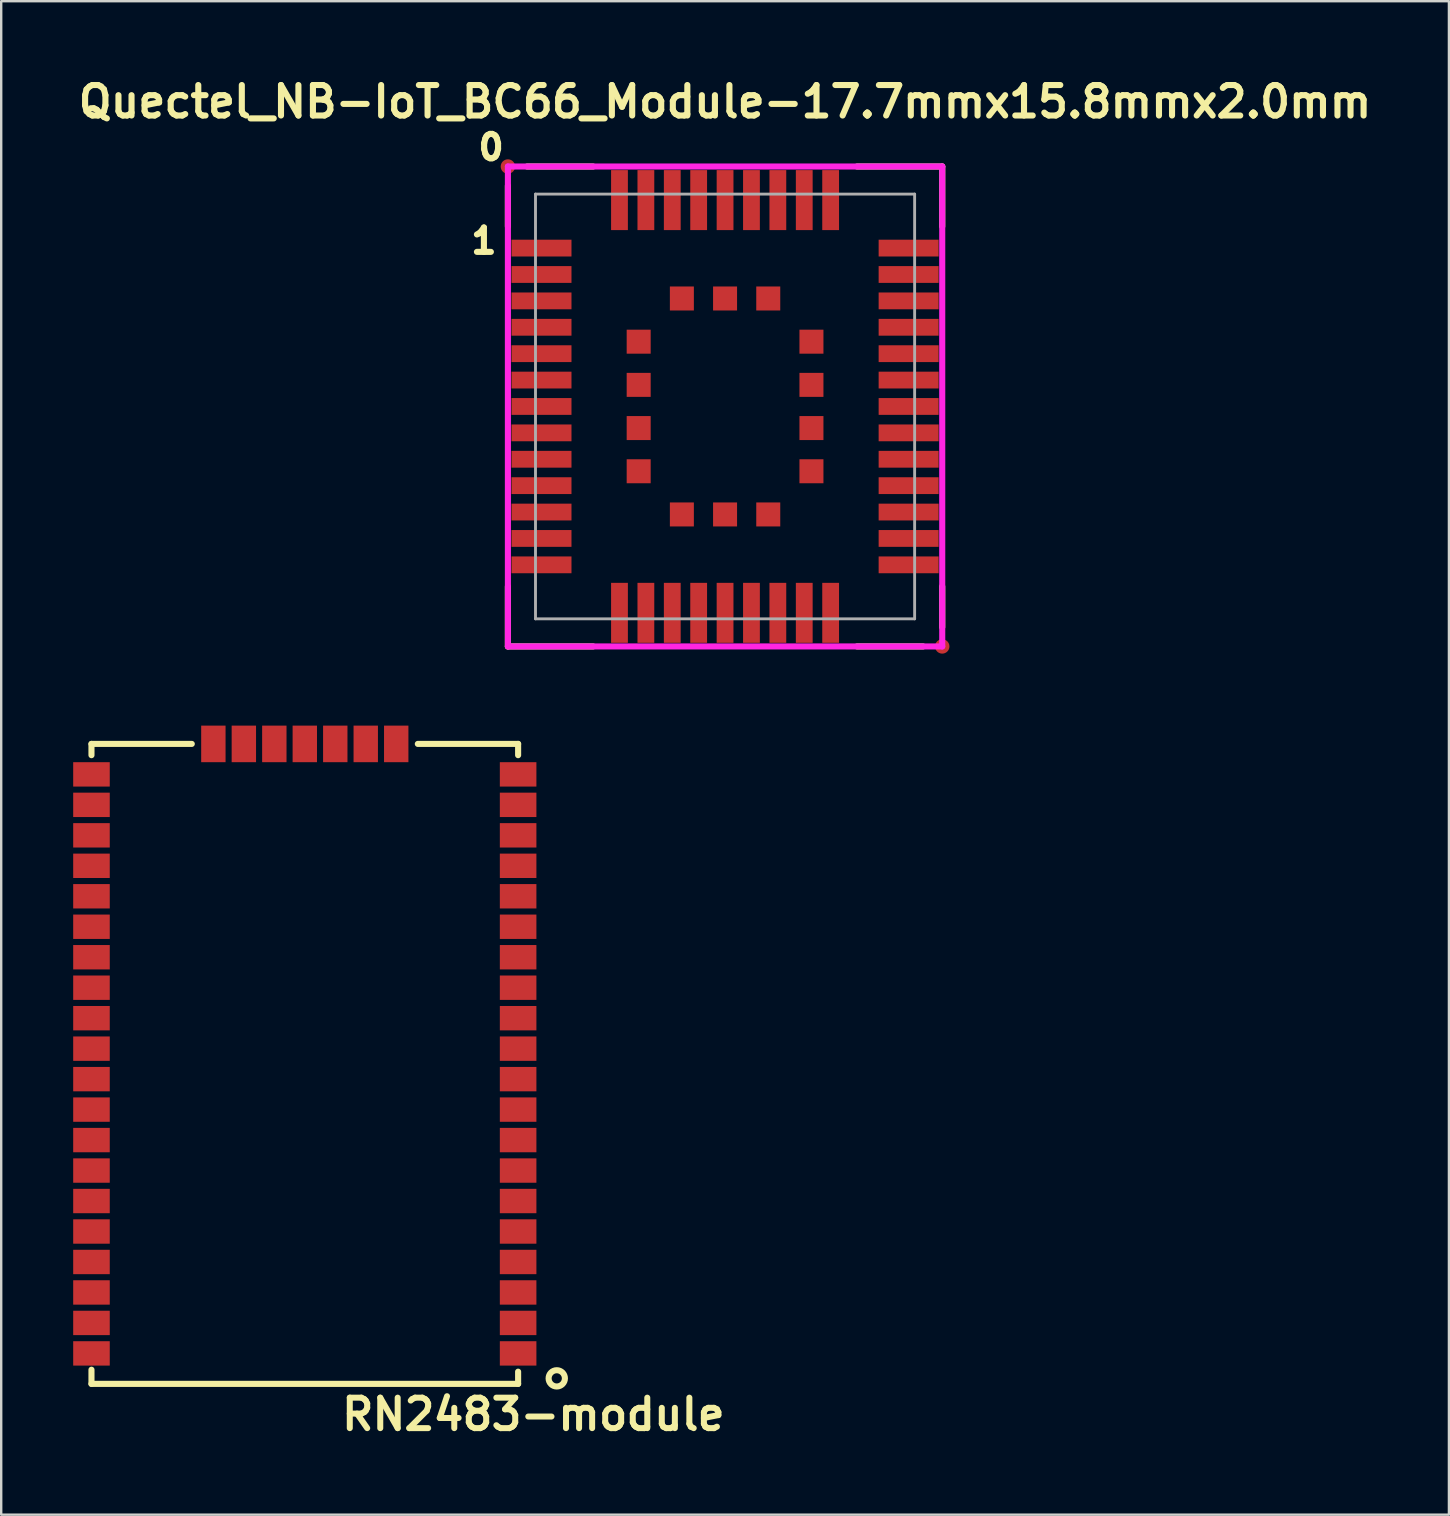
<source format=kicad_pcb>
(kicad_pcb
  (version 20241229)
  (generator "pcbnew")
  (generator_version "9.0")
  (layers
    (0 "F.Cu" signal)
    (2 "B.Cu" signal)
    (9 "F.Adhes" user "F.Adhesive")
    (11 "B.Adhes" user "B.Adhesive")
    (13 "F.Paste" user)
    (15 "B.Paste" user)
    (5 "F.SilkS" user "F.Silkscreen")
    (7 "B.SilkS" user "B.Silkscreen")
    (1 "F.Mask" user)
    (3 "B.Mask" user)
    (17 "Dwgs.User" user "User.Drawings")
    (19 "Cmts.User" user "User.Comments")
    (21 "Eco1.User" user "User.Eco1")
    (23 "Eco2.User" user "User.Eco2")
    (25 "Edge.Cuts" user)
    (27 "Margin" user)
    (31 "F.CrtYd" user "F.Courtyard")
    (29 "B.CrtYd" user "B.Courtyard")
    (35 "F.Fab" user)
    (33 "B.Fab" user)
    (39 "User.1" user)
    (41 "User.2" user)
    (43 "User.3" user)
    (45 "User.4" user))
  (footprint "Quectel_NB-IoT_BC66_Module-17.7mmx15.8mmx2.0mm"
    (layer "F.Cu")
    (at 27.166 13.889)
    (property "Reference" "Quectel_NB-IoT_BC66_Module-17.7mmx15.8mmx2.0mm" (at 0 -12.7 0) (layer "F.SilkS") (effects (font (size 1.27 1.27) (thickness 0.254))))
    (attr smd)
    (fp_line (start -9.05 -9.2) (end -9.05 -7.5) (stroke (width 0.254) (type solid)) (layer "F.SilkS"))
    (fp_line (start -9.05 10) (end -9.05 7.5) (stroke (width 0.254) (type solid)) (layer "F.SilkS"))
    (fp_line (start -9.05 10) (end -5.5 10) (stroke (width 0.254) (type solid)) (layer "F.SilkS"))
    (fp_line (start -5.5 -10) (end -8.25 -10) (stroke (width 0.254) (type solid)) (layer "F.SilkS"))
    (fp_line (start 8.25 10) (end 5.5 10) (stroke (width 0.254) (type solid)) (layer "F.SilkS"))
    (fp_line (start 9.05 -10) (end 5.5 -10) (stroke (width 0.254) (type solid)) (layer "F.SilkS"))
    (fp_line (start 9.05 -10) (end 9.05 -7.5) (stroke (width 0.254) (type solid)) (layer "F.SilkS"))
    (fp_line (start 9.05 9.2) (end 9.05 7.5) (stroke (width 0.254) (type solid)) (layer "F.SilkS"))
    (fp_line (start -9.05 10) (end -9.05 -10) (stroke (width 0.254) (type solid)) (layer "F.CrtYd"))
    (fp_line (start -9.05 10) (end 9.05 10) (stroke (width 0.254) (type solid)) (layer "F.CrtYd"))
    (fp_line (start 9.05 -10) (end -9.05 -10) (stroke (width 0.254) (type solid)) (layer "F.CrtYd"))
    (fp_line (start 9.05 10) (end 9.05 -10) (stroke (width 0.254) (type solid)) (layer "F.CrtYd"))
    (fp_line (start -7.9 -8.85) (end 7.9 -8.85) (stroke (width 0.12) (type solid)) (layer "F.Fab"))
    (fp_line (start -7.9 8.85) (end -7.9 -8.85) (stroke (width 0.12) (type solid)) (layer "F.Fab"))
    (fp_line (start 7.9 -8.85) (end 7.9 8.85) (stroke (width 0.12) (type solid)) (layer "F.Fab"))
    (fp_line (start 7.9 8.85) (end -7.9 8.85) (stroke (width 0.12) (type solid)) (layer "F.Fab"))
    (fp_text user "1" (at -10.05 -6.9 0) (layer "F.SilkS") (effects (font (size 1.016 1.016) (thickness 0.254))))
    (fp_text user "0" (at -9.75 -10.8 0) (layer "F.SilkS") (effects (font (size 1.016 1.016) (thickness 0.254))))
    (pad "1" smd trapezoid (at -7.65 -6.6 180) (size 2.5 0.7) (layers "F.Cu" "F.Mask" "F.Paste"))
    (pad "2" smd trapezoid (at -7.65 -5.5 180) (size 2.5 0.7) (layers "F.Cu" "F.Mask" "F.Paste"))
    (pad "3" smd trapezoid (at -7.65 -4.4 180) (size 2.5 0.7) (layers "F.Cu" "F.Mask" "F.Paste"))
    (pad "4" smd trapezoid (at -7.65 -3.3 180) (size 2.5 0.7) (layers "F.Cu" "F.Mask" "F.Paste"))
    (pad "5" smd trapezoid (at -7.65 -2.2 180) (size 2.5 0.7) (layers "F.Cu" "F.Mask" "F.Paste"))
    (pad "6" smd trapezoid (at -7.65 -1.1 180) (size 2.5 0.7) (layers "F.Cu" "F.Mask" "F.Paste"))
    (pad "7" smd trapezoid (at -7.65 0) (size 2.5 0.7) (layers "F.Cu" "F.Mask" "F.Paste"))
    (pad "8" smd trapezoid (at -7.65 1.1) (size 2.5 0.7) (layers "F.Cu" "F.Mask" "F.Paste"))
    (pad "9" smd trapezoid (at -7.65 2.2) (size 2.5 0.7) (layers "F.Cu" "F.Mask" "F.Paste"))
    (pad "10" smd trapezoid (at -7.65 3.3) (size 2.5 0.7) (layers "F.Cu" "F.Mask" "F.Paste"))
    (pad "11" smd trapezoid (at -7.65 4.4) (size 2.5 0.7) (layers "F.Cu" "F.Mask" "F.Paste"))
    (pad "12" smd trapezoid (at -7.65 5.5) (size 2.5 0.7) (layers "F.Cu" "F.Mask" "F.Paste"))
    (pad "13" smd trapezoid (at -7.65 6.6) (size 2.5 0.7) (layers "F.Cu" "F.Mask" "F.Paste"))
    (pad "14" smd trapezoid (at -4.4 8.6 90) (size 2.5 0.7) (layers "F.Cu" "F.Mask" "F.Paste"))
    (pad "15" smd trapezoid (at -3.3 8.6 90) (size 2.5 0.7) (layers "F.Cu" "F.Mask" "F.Paste"))
    (pad "16" smd trapezoid (at -2.2 8.6 90) (size 2.5 0.7) (layers "F.Cu" "F.Mask" "F.Paste"))
    (pad "17" smd trapezoid (at -1.1 8.6 90) (size 2.5 0.7) (layers "F.Cu" "F.Mask" "F.Paste"))
    (pad "18" smd trapezoid (at 0 8.6 90) (size 2.5 0.7) (layers "F.Cu" "F.Mask" "F.Paste"))
    (pad "19" smd trapezoid (at 1.1 8.6 90) (size 2.5 0.7) (layers "F.Cu" "F.Mask" "F.Paste"))
    (pad "20" smd trapezoid (at 2.2 8.6 90) (size 2.5 0.7) (layers "F.Cu" "F.Mask" "F.Paste"))
    (pad "21" smd trapezoid (at 3.3 8.6 90) (size 2.5 0.7) (layers "F.Cu" "F.Mask" "F.Paste"))
    (pad "22" smd trapezoid (at 4.4 8.6 90) (size 2.5 0.7) (layers "F.Cu" "F.Mask" "F.Paste"))
    (pad "23" smd trapezoid (at 7.65 6.6) (size 2.5 0.7) (layers "F.Cu" "F.Mask" "F.Paste"))
    (pad "24" smd trapezoid (at 7.65 5.5) (size 2.5 0.7) (layers "F.Cu" "F.Mask" "F.Paste"))
    (pad "25" smd trapezoid (at 7.65 4.4) (size 2.5 0.7) (layers "F.Cu" "F.Mask" "F.Paste"))
    (pad "26" smd trapezoid (at 7.65 3.3) (size 2.5 0.7) (layers "F.Cu" "F.Mask" "F.Paste"))
    (pad "27" smd trapezoid (at 7.65 2.2) (size 2.5 0.7) (layers "F.Cu" "F.Mask" "F.Paste"))
    (pad "28" smd trapezoid (at 7.65 1.1) (size 2.5 0.7) (layers "F.Cu" "F.Mask" "F.Paste"))
    (pad "29" smd trapezoid (at 7.65 0) (size 2.5 0.7) (layers "F.Cu" "F.Mask" "F.Paste"))
    (pad "30" smd trapezoid (at 7.65 -1.1) (size 2.5 0.7) (layers "F.Cu" "F.Mask" "F.Paste"))
    (pad "31" smd trapezoid (at 7.65 -2.2) (size 2.5 0.7) (layers "F.Cu" "F.Mask" "F.Paste"))
    (pad "32" smd trapezoid (at 7.65 -3.3) (size 2.5 0.7) (layers "F.Cu" "F.Mask" "F.Paste"))
    (pad "33" smd trapezoid (at 7.65 -4.4) (size 2.5 0.7) (layers "F.Cu" "F.Mask" "F.Paste"))
    (pad "34" smd trapezoid (at 7.65 -5.5) (size 2.5 0.7) (layers "F.Cu" "F.Mask" "F.Paste"))
    (pad "35" smd trapezoid (at 7.65 -6.6) (size 2.5 0.7) (layers "F.Cu" "F.Mask" "F.Paste"))
    (pad "36" smd trapezoid (at 4.4 -8.6 90) (size 2.5 0.7) (layers "F.Cu" "F.Mask" "F.Paste"))
    (pad "37" smd trapezoid (at 3.3 -8.6 90) (size 2.5 0.7) (layers "F.Cu" "F.Mask" "F.Paste"))
    (pad "38" smd trapezoid (at 2.2 -8.6 90) (size 2.5 0.7) (layers "F.Cu" "F.Mask" "F.Paste"))
    (pad "39" smd trapezoid (at 1.1 -8.6 90) (size 2.5 0.7) (layers "F.Cu" "F.Mask" "F.Paste"))
    (pad "40" smd trapezoid (at 0 -8.6 90) (size 2.5 0.7) (layers "F.Cu" "F.Mask" "F.Paste"))
    (pad "41" smd trapezoid (at -1.1 -8.6 90) (size 2.5 0.7) (layers "F.Cu" "F.Mask" "F.Paste"))
    (pad "42" smd trapezoid (at -2.2 -8.6 90) (size 2.5 0.7) (layers "F.Cu" "F.Mask" "F.Paste"))
    (pad "43" smd trapezoid (at -3.3 -8.6 90) (size 2.5 0.7) (layers "F.Cu" "F.Mask" "F.Paste"))
    (pad "44" smd trapezoid (at -4.4 -8.6 90) (size 2.5 0.7) (layers "F.Cu" "F.Mask" "F.Paste"))
    (pad "45" smd trapezoid (at -3.6 -2.7 180) (size 1 1) (layers "F.Cu" "F.Mask" "F.Paste"))
    (pad "46" smd trapezoid (at -3.6 -0.9 180) (size 1 1) (layers "F.Cu" "F.Mask" "F.Paste"))
    (pad "47" smd trapezoid (at -3.6 0.9 180) (size 1 1) (layers "F.Cu" "F.Mask" "F.Paste"))
    (pad "48" smd trapezoid (at -3.6 2.7 180) (size 1 1) (layers "F.Cu" "F.Mask" "F.Paste"))
    (pad "49" smd trapezoid (at -1.8 4.5 180) (size 1 1) (layers "F.Cu" "F.Mask" "F.Paste"))
    (pad "50" smd trapezoid (at 0 4.5 180) (size 1 1) (layers "F.Cu" "F.Mask" "F.Paste"))
    (pad "51" smd trapezoid (at 1.8 4.5 180) (size 1 1) (layers "F.Cu" "F.Mask" "F.Paste"))
    (pad "52" smd trapezoid (at 3.6 2.7 180) (size 1 1) (layers "F.Cu" "F.Mask" "F.Paste"))
    (pad "53" smd trapezoid (at 3.6 0.9 180) (size 1 1) (layers "F.Cu" "F.Mask" "F.Paste"))
    (pad "54" smd trapezoid (at 3.6 -0.9 180) (size 1 1) (layers "F.Cu" "F.Mask" "F.Paste"))
    (pad "55" smd trapezoid (at 3.6 -2.7 180) (size 1 1) (layers "F.Cu" "F.Mask" "F.Paste"))
    (pad "56" smd trapezoid (at 1.8 -4.5 180) (size 1 1) (layers "F.Cu" "F.Mask" "F.Paste"))
    (pad "57" smd trapezoid (at 0 -4.5 180) (size 1 1) (layers "F.Cu" "F.Mask" "F.Paste"))
    (pad "58" smd trapezoid (at -1.8 -4.5 180) (size 1 1) (layers "F.Cu" "F.Mask" "F.Paste"))
    (pad "fid" smd circle (at -9.05 -10 90) (size 0.6 0.6) (layers "F.Cu" "F.Mask"))
    (pad "fid" smd circle (at 9.05 10 90) (size 0.6 0.6) (layers "F.Cu" "F.Mask")))
  (footprint "RN2483-module"
    (layer "F.Cu")
    (at 9.652 41.286)
    (property "Reference" "RN2483-module" (at 9.525 14.605 0) (layer "F.SilkS") (effects (font (size 1.27 1.27) (thickness 0.25))))
    (attr smd)
    (fp_line (start -8.89 -13.335) (end -8.89 -12.865) (stroke (width 0.254) (type solid)) (layer "F.SilkS"))
    (fp_line (start -8.89 13.335) (end -8.89 12.745) (stroke (width 0.254) (type solid)) (layer "F.SilkS"))
    (fp_line (start -8.89 13.335) (end 8.89 13.335) (stroke (width 0.254) (type solid)) (layer "F.SilkS"))
    (fp_line (start -4.71 -13.335) (end -8.89 -13.335) (stroke (width 0.254) (type solid)) (layer "F.SilkS"))
    (fp_line (start 8.89 -13.335) (end 4.71 -13.335) (stroke (width 0.254) (type solid)) (layer "F.SilkS"))
    (fp_line (start 8.89 -13.335) (end 8.89 -12.865) (stroke (width 0.254) (type solid)) (layer "F.SilkS"))
    (fp_line (start 8.89 13.335) (end 8.89 12.827) (stroke (width 0.254) (type solid)) (layer "F.SilkS"))
    (fp_circle (center 10.5 13.105) (end 10.74 12.865) (stroke (width 0.254) (type solid)) (fill no) (layer "F.SilkS"))
    (pad "1" smd rect (at 8.89 12.065) (size 1.524 1.016) (layers "F.Cu" "F.Mask" "F.Paste"))
    (pad "2" smd rect (at 8.89 10.795) (size 1.524 1.016) (layers "F.Cu" "F.Mask" "F.Paste"))
    (pad "3" smd rect (at 8.89 9.525) (size 1.524 1.016) (layers "F.Cu" "F.Mask" "F.Paste"))
    (pad "4" smd rect (at 8.89 8.255) (size 1.524 1.016) (layers "F.Cu" "F.Mask" "F.Paste"))
    (pad "5" smd rect (at 8.89 6.985) (size 1.524 1.016) (layers "F.Cu" "F.Mask" "F.Paste"))
    (pad "6" smd rect (at 8.89 5.715) (size 1.524 1.016) (layers "F.Cu" "F.Mask" "F.Paste"))
    (pad "7" smd rect (at 8.89 4.445) (size 1.524 1.016) (layers "F.Cu" "F.Mask" "F.Paste"))
    (pad "8" smd rect (at 8.89 3.175) (size 1.524 1.016) (layers "F.Cu" "F.Mask" "F.Paste"))
    (pad "9" smd rect (at 8.89 1.905) (size 1.524 1.016) (layers "F.Cu" "F.Mask" "F.Paste"))
    (pad "10" smd rect (at 8.89 0.635) (size 1.524 1.016) (layers "F.Cu" "F.Mask" "F.Paste"))
    (pad "11" smd rect (at 8.89 -0.635) (size 1.524 1.016) (layers "F.Cu" "F.Mask" "F.Paste"))
    (pad "12" smd rect (at 8.89 -1.905) (size 1.524 1.016) (layers "F.Cu" "F.Mask" "F.Paste"))
    (pad "13" smd rect (at 8.89 -3.175) (size 1.524 1.016) (layers "F.Cu" "F.Mask" "F.Paste"))
    (pad "14" smd rect (at 8.89 -4.445) (size 1.524 1.016) (layers "F.Cu" "F.Mask" "F.Paste"))
    (pad "15" smd rect (at 8.89 -5.715) (size 1.524 1.016) (layers "F.Cu" "F.Mask" "F.Paste"))
    (pad "16" smd rect (at 8.89 -6.985) (size 1.524 1.016) (layers "F.Cu" "F.Mask" "F.Paste"))
    (pad "17" smd rect (at 8.89 -8.255) (size 1.524 1.016) (layers "F.Cu" "F.Mask" "F.Paste"))
    (pad "18" smd rect (at 8.89 -9.525) (size 1.524 1.016) (layers "F.Cu" "F.Mask" "F.Paste"))
    (pad "19" smd rect (at 8.89 -10.795) (size 1.524 1.016) (layers "F.Cu" "F.Mask" "F.Paste"))
    (pad "20" smd rect (at 8.89 -12.065) (size 1.524 1.016) (layers "F.Cu" "F.Mask" "F.Paste"))
    (pad "21" smd rect (at 3.81 -13.335 270) (size 1.524 1.016) (layers "F.Cu" "F.Mask" "F.Paste"))
    (pad "22" smd rect (at 2.54 -13.335 270) (size 1.524 1.016) (layers "F.Cu" "F.Mask" "F.Paste"))
    (pad "23" smd rect (at 1.27 -13.335 270) (size 1.524 1.016) (layers "F.Cu" "F.Mask" "F.Paste"))
    (pad "24" smd rect (at 0 -13.335 270) (size 1.524 1.016) (layers "F.Cu" "F.Mask" "F.Paste"))
    (pad "25" smd rect (at -1.27 -13.335 270) (size 1.524 1.016) (layers "F.Cu" "F.Mask" "F.Paste"))
    (pad "26" smd rect (at -2.54 -13.335 270) (size 1.524 1.016) (layers "F.Cu" "F.Mask" "F.Paste"))
    (pad "27" smd rect (at -3.81 -13.335 270) (size 1.524 1.016) (layers "F.Cu" "F.Mask" "F.Paste"))
    (pad "28" smd rect (at -8.89 -12.065) (size 1.524 1.016) (layers "F.Cu" "F.Mask" "F.Paste"))
    (pad "29" smd rect (at -8.89 -10.795) (size 1.524 1.016) (layers "F.Cu" "F.Mask" "F.Paste"))
    (pad "30" smd rect (at -8.89 -9.525) (size 1.524 1.016) (layers "F.Cu" "F.Mask" "F.Paste"))
    (pad "31" smd rect (at -8.89 -8.255) (size 1.524 1.016) (layers "F.Cu" "F.Mask" "F.Paste"))
    (pad "32" smd rect (at -8.89 -6.985) (size 1.524 1.016) (layers "F.Cu" "F.Mask" "F.Paste"))
    (pad "33" smd rect (at -8.89 -5.715) (size 1.524 1.016) (layers "F.Cu" "F.Mask" "F.Paste"))
    (pad "34" smd rect (at -8.89 -4.445) (size 1.524 1.016) (layers "F.Cu" "F.Mask" "F.Paste"))
    (pad "35" smd rect (at -8.89 -3.175) (size 1.524 1.016) (layers "F.Cu" "F.Mask" "F.Paste"))
    (pad "36" smd rect (at -8.89 -1.905) (size 1.524 1.016) (layers "F.Cu" "F.Mask" "F.Paste"))
    (pad "37" smd rect (at -8.89 -0.635) (size 1.524 1.016) (layers "F.Cu" "F.Mask" "F.Paste"))
    (pad "38" smd rect (at -8.89 0.635) (size 1.524 1.016) (layers "F.Cu" "F.Mask" "F.Paste"))
    (pad "39" smd rect (at -8.89 1.905) (size 1.524 1.016) (layers "F.Cu" "F.Mask" "F.Paste"))
    (pad "40" smd rect (at -8.89 3.175) (size 1.524 1.016) (layers "F.Cu" "F.Mask" "F.Paste"))
    (pad "41" smd rect (at -8.89 4.445) (size 1.524 1.016) (layers "F.Cu" "F.Mask" "F.Paste"))
    (pad "42" smd rect (at -8.89 5.715) (size 1.524 1.016) (layers "F.Cu" "F.Mask" "F.Paste"))
    (pad "43" smd rect (at -8.89 6.985) (size 1.524 1.016) (layers "F.Cu" "F.Mask" "F.Paste"))
    (pad "44" smd rect (at -8.89 8.255) (size 1.524 1.016) (layers "F.Cu" "F.Mask" "F.Paste"))
    (pad "45" smd rect (at -8.89 9.525) (size 1.524 1.016) (layers "F.Cu" "F.Mask" "F.Paste"))
    (pad "46" smd rect (at -8.89 10.795) (size 1.524 1.016) (layers "F.Cu" "F.Mask" "F.Paste"))
    (pad "47" smd rect (at -8.89 12.065) (size 1.524 1.016) (layers "F.Cu" "F.Mask" "F.Paste")))
  (gr_rect
    (start -3 -3)
    (end 57.332 60.072)
    (stroke (width 0.1) (type default))
    (fill no)
    (layer "Edge.Cuts")))
</source>
